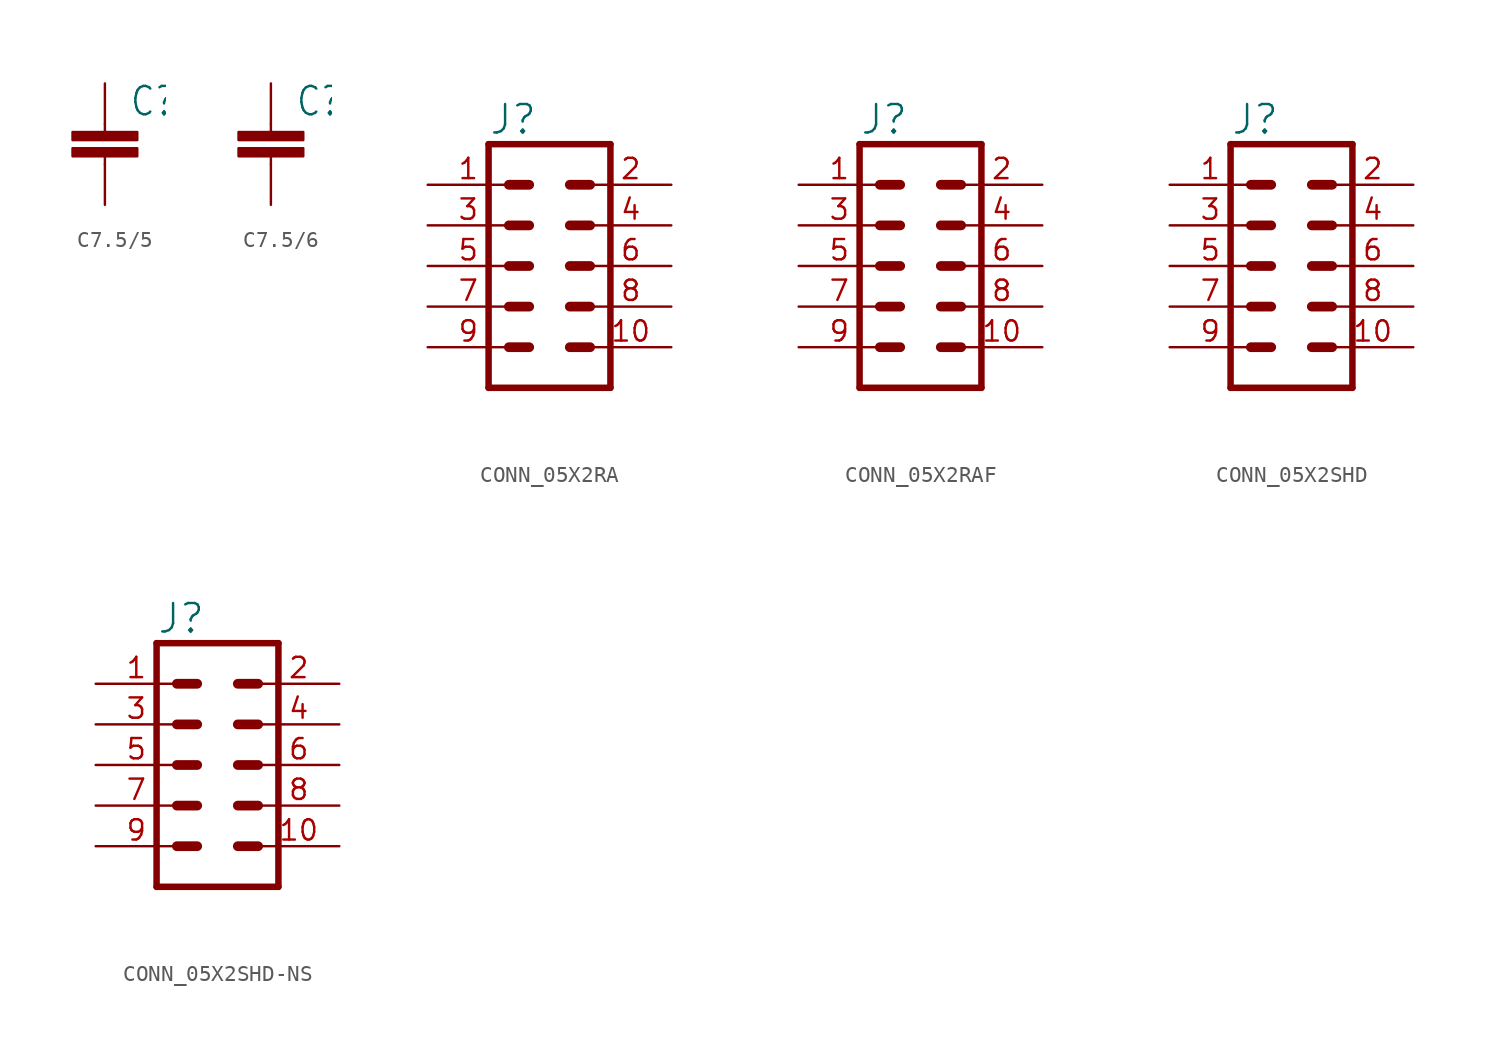
<source format=kicad_sym>
(kicad_symbol_lib
  (version 20220914)
  (generator kicad_symbol_editor)
  (symbol "C7.5/5"
    (property "Reference" "C"
      (at 1.524 0.381 0)
      (effects (font (size 1.778 1.511)) (justify left bottom)))
    (property "Value" ""
      (at 1.524 -4.699 0)
      (effects (font (size 1.778 1.511)) (justify left bottom)))
    (property "ki_locked" ""
      (at 0 0 0)
      (effects (font (size 1.27 1.27))))
    (symbol "C7.5/5_1_0"
      (rectangle (start -2.032 -2.032) (end 2.032 -1.524) (stroke (width 0) (type default)) (fill (type outline)))
      (rectangle (start -2.032 -1.016) (end 2.032 -0.508) (stroke (width 0) (type default)) (fill (type outline)))
      (polyline (pts (xy 0 -2.54) (xy 0 -2.032)) (stroke (width 0.152) (type solid)) (fill (type none)))
      (polyline (pts (xy 0 0) (xy 0 -0.508)) (stroke (width 0.152) (type solid)) (fill (type none)))
      (pin passive line (at 0 2.54 270) (length 2.54) (name "1" (effects (font (size 0 0)))) (number "1" (effects (font (size 0 0)))))
      (pin passive line (at 0 -5.08 90) (length 2.54) (name "2" (effects (font (size 0 0)))) (number "2" (effects (font (size 0 0)))))))
  (symbol "C7.5/6"
    (property "Reference" "C"
      (at 1.524 0.381 0)
      (effects (font (size 1.778 1.511)) (justify left bottom)))
    (property "Value" ""
      (at 1.524 -4.699 0)
      (effects (font (size 1.778 1.511)) (justify left bottom)))
    (property "ki_locked" ""
      (at 0 0 0)
      (effects (font (size 1.27 1.27))))
    (symbol "C7.5/6_1_0"
      (rectangle (start -2.032 -2.032) (end 2.032 -1.524) (stroke (width 0) (type default)) (fill (type outline)))
      (rectangle (start -2.032 -1.016) (end 2.032 -0.508) (stroke (width 0) (type default)) (fill (type outline)))
      (polyline (pts (xy 0 -2.54) (xy 0 -2.032)) (stroke (width 0.152) (type solid)) (fill (type none)))
      (polyline (pts (xy 0 0) (xy 0 -0.508)) (stroke (width 0.152) (type solid)) (fill (type none)))
      (pin passive line (at 0 2.54 270) (length 2.54) (name "1" (effects (font (size 0 0)))) (number "1" (effects (font (size 0 0)))))
      (pin passive line (at 0 -5.08 90) (length 2.54) (name "2" (effects (font (size 0 0)))) (number "2" (effects (font (size 0 0)))))))
  (symbol "CONN_05X2RA"
    (property "Reference" "J"
      (at -3.81 8.128 0)
      (effects (font (size 1.778 1.778)) (justify left bottom)))
    (property "Value" ""
      (at -3.81 -9.906 0)
      (effects (font (size 1.778 1.778)) (justify left bottom)))
    (property "ki_locked" ""
      (at 0 0 0)
      (effects (font (size 1.27 1.27))))
    (symbol "CONN_05X2RA_1_0"
      (polyline (pts (xy -3.81 7.62) (xy -3.81 -7.62)) (stroke (width 0.406) (type solid)) (fill (type none)))
      (polyline (pts (xy -3.81 7.62) (xy 3.81 7.62)) (stroke (width 0.406) (type solid)) (fill (type none)))
      (polyline (pts (xy -1.27 -5.08) (xy -2.54 -5.08)) (stroke (width 0.61) (type solid)) (fill (type none)))
      (polyline (pts (xy -1.27 -2.54) (xy -2.54 -2.54)) (stroke (width 0.61) (type solid)) (fill (type none)))
      (polyline (pts (xy -1.27 0) (xy -2.54 0)) (stroke (width 0.61) (type solid)) (fill (type none)))
      (polyline (pts (xy -1.27 2.54) (xy -2.54 2.54)) (stroke (width 0.61) (type solid)) (fill (type none)))
      (polyline (pts (xy -1.27 5.08) (xy -2.54 5.08)) (stroke (width 0.61) (type solid)) (fill (type none)))
      (polyline (pts (xy 1.27 -5.08) (xy 2.54 -5.08)) (stroke (width 0.61) (type solid)) (fill (type none)))
      (polyline (pts (xy 1.27 -2.54) (xy 2.54 -2.54)) (stroke (width 0.61) (type solid)) (fill (type none)))
      (polyline (pts (xy 1.27 0) (xy 2.54 0)) (stroke (width 0.61) (type solid)) (fill (type none)))
      (polyline (pts (xy 1.27 2.54) (xy 2.54 2.54)) (stroke (width 0.61) (type solid)) (fill (type none)))
      (polyline (pts (xy 1.27 5.08) (xy 2.54 5.08)) (stroke (width 0.61) (type solid)) (fill (type none)))
      (polyline (pts (xy 3.81 -7.62) (xy -3.81 -7.62)) (stroke (width 0.406) (type solid)) (fill (type none)))
      (polyline (pts (xy 3.81 -7.62) (xy 3.81 7.62)) (stroke (width 0.406) (type solid)) (fill (type none)))
      (pin passive line (at -7.62 5.08 0) (length 5.08) (name "1" (effects (font (size 0 0)))) (number "1" (effects (font (size 1.27 1.27)))))
      (pin passive line (at 7.62 -5.08 180) (length 5.08) (name "10" (effects (font (size 0 0)))) (number "10" (effects (font (size 1.27 1.27)))))
      (pin passive line (at 7.62 5.08 180) (length 5.08) (name "2" (effects (font (size 0 0)))) (number "2" (effects (font (size 1.27 1.27)))))
      (pin passive line (at -7.62 2.54 0) (length 5.08) (name "3" (effects (font (size 0 0)))) (number "3" (effects (font (size 1.27 1.27)))))
      (pin passive line (at 7.62 2.54 180) (length 5.08) (name "4" (effects (font (size 0 0)))) (number "4" (effects (font (size 1.27 1.27)))))
      (pin passive line (at -7.62 0 0) (length 5.08) (name "5" (effects (font (size 0 0)))) (number "5" (effects (font (size 1.27 1.27)))))
      (pin passive line (at 7.62 0 180) (length 5.08) (name "6" (effects (font (size 0 0)))) (number "6" (effects (font (size 1.27 1.27)))))
      (pin passive line (at -7.62 -2.54 0) (length 5.08) (name "7" (effects (font (size 0 0)))) (number "7" (effects (font (size 1.27 1.27)))))
      (pin passive line (at 7.62 -2.54 180) (length 5.08) (name "8" (effects (font (size 0 0)))) (number "8" (effects (font (size 1.27 1.27)))))
      (pin passive line (at -7.62 -5.08 0) (length 5.08) (name "9" (effects (font (size 0 0)))) (number "9" (effects (font (size 1.27 1.27)))))))
  (symbol "CONN_05X2RAF"
    (property "Reference" "J"
      (at -3.81 8.128 0)
      (effects (font (size 1.778 1.778)) (justify left bottom)))
    (property "Value" ""
      (at -3.81 -9.906 0)
      (effects (font (size 1.778 1.778)) (justify left bottom)))
    (property "ki_locked" ""
      (at 0 0 0)
      (effects (font (size 1.27 1.27))))
    (symbol "CONN_05X2RAF_1_0"
      (polyline (pts (xy -3.81 7.62) (xy -3.81 -7.62)) (stroke (width 0.406) (type solid)) (fill (type none)))
      (polyline (pts (xy -3.81 7.62) (xy 3.81 7.62)) (stroke (width 0.406) (type solid)) (fill (type none)))
      (polyline (pts (xy -1.27 -5.08) (xy -2.54 -5.08)) (stroke (width 0.61) (type solid)) (fill (type none)))
      (polyline (pts (xy -1.27 -2.54) (xy -2.54 -2.54)) (stroke (width 0.61) (type solid)) (fill (type none)))
      (polyline (pts (xy -1.27 0) (xy -2.54 0)) (stroke (width 0.61) (type solid)) (fill (type none)))
      (polyline (pts (xy -1.27 2.54) (xy -2.54 2.54)) (stroke (width 0.61) (type solid)) (fill (type none)))
      (polyline (pts (xy -1.27 5.08) (xy -2.54 5.08)) (stroke (width 0.61) (type solid)) (fill (type none)))
      (polyline (pts (xy 1.27 -5.08) (xy 2.54 -5.08)) (stroke (width 0.61) (type solid)) (fill (type none)))
      (polyline (pts (xy 1.27 -2.54) (xy 2.54 -2.54)) (stroke (width 0.61) (type solid)) (fill (type none)))
      (polyline (pts (xy 1.27 0) (xy 2.54 0)) (stroke (width 0.61) (type solid)) (fill (type none)))
      (polyline (pts (xy 1.27 2.54) (xy 2.54 2.54)) (stroke (width 0.61) (type solid)) (fill (type none)))
      (polyline (pts (xy 1.27 5.08) (xy 2.54 5.08)) (stroke (width 0.61) (type solid)) (fill (type none)))
      (polyline (pts (xy 3.81 -7.62) (xy -3.81 -7.62)) (stroke (width 0.406) (type solid)) (fill (type none)))
      (polyline (pts (xy 3.81 -7.62) (xy 3.81 7.62)) (stroke (width 0.406) (type solid)) (fill (type none)))
      (pin passive line (at -7.62 5.08 0) (length 5.08) (name "1" (effects (font (size 0 0)))) (number "1" (effects (font (size 1.27 1.27)))))
      (pin passive line (at 7.62 -5.08 180) (length 5.08) (name "10" (effects (font (size 0 0)))) (number "10" (effects (font (size 1.27 1.27)))))
      (pin passive line (at 7.62 5.08 180) (length 5.08) (name "2" (effects (font (size 0 0)))) (number "2" (effects (font (size 1.27 1.27)))))
      (pin passive line (at -7.62 2.54 0) (length 5.08) (name "3" (effects (font (size 0 0)))) (number "3" (effects (font (size 1.27 1.27)))))
      (pin passive line (at 7.62 2.54 180) (length 5.08) (name "4" (effects (font (size 0 0)))) (number "4" (effects (font (size 1.27 1.27)))))
      (pin passive line (at -7.62 0 0) (length 5.08) (name "5" (effects (font (size 0 0)))) (number "5" (effects (font (size 1.27 1.27)))))
      (pin passive line (at 7.62 0 180) (length 5.08) (name "6" (effects (font (size 0 0)))) (number "6" (effects (font (size 1.27 1.27)))))
      (pin passive line (at -7.62 -2.54 0) (length 5.08) (name "7" (effects (font (size 0 0)))) (number "7" (effects (font (size 1.27 1.27)))))
      (pin passive line (at 7.62 -2.54 180) (length 5.08) (name "8" (effects (font (size 0 0)))) (number "8" (effects (font (size 1.27 1.27)))))
      (pin passive line (at -7.62 -5.08 0) (length 5.08) (name "9" (effects (font (size 0 0)))) (number "9" (effects (font (size 1.27 1.27)))))))
  (symbol "CONN_05X2SHD"
    (property "Reference" "J"
      (at -3.81 8.128 0)
      (effects (font (size 1.778 1.778)) (justify left bottom)))
    (property "Value" ""
      (at -3.81 -9.906 0)
      (effects (font (size 1.778 1.778)) (justify left bottom)))
    (property "ki_locked" ""
      (at 0 0 0)
      (effects (font (size 1.27 1.27))))
    (symbol "CONN_05X2SHD_1_0"
      (polyline (pts (xy -3.81 7.62) (xy -3.81 -7.62)) (stroke (width 0.406) (type solid)) (fill (type none)))
      (polyline (pts (xy -3.81 7.62) (xy 3.81 7.62)) (stroke (width 0.406) (type solid)) (fill (type none)))
      (polyline (pts (xy -1.27 -5.08) (xy -2.54 -5.08)) (stroke (width 0.61) (type solid)) (fill (type none)))
      (polyline (pts (xy -1.27 -2.54) (xy -2.54 -2.54)) (stroke (width 0.61) (type solid)) (fill (type none)))
      (polyline (pts (xy -1.27 0) (xy -2.54 0)) (stroke (width 0.61) (type solid)) (fill (type none)))
      (polyline (pts (xy -1.27 2.54) (xy -2.54 2.54)) (stroke (width 0.61) (type solid)) (fill (type none)))
      (polyline (pts (xy -1.27 5.08) (xy -2.54 5.08)) (stroke (width 0.61) (type solid)) (fill (type none)))
      (polyline (pts (xy 1.27 -5.08) (xy 2.54 -5.08)) (stroke (width 0.61) (type solid)) (fill (type none)))
      (polyline (pts (xy 1.27 -2.54) (xy 2.54 -2.54)) (stroke (width 0.61) (type solid)) (fill (type none)))
      (polyline (pts (xy 1.27 0) (xy 2.54 0)) (stroke (width 0.61) (type solid)) (fill (type none)))
      (polyline (pts (xy 1.27 2.54) (xy 2.54 2.54)) (stroke (width 0.61) (type solid)) (fill (type none)))
      (polyline (pts (xy 1.27 5.08) (xy 2.54 5.08)) (stroke (width 0.61) (type solid)) (fill (type none)))
      (polyline (pts (xy 3.81 -7.62) (xy -3.81 -7.62)) (stroke (width 0.406) (type solid)) (fill (type none)))
      (polyline (pts (xy 3.81 -7.62) (xy 3.81 7.62)) (stroke (width 0.406) (type solid)) (fill (type none)))
      (pin passive line (at -7.62 5.08 0) (length 5.08) (name "1" (effects (font (size 0 0)))) (number "1" (effects (font (size 1.27 1.27)))))
      (pin passive line (at 7.62 -5.08 180) (length 5.08) (name "10" (effects (font (size 0 0)))) (number "10" (effects (font (size 1.27 1.27)))))
      (pin passive line (at 7.62 5.08 180) (length 5.08) (name "2" (effects (font (size 0 0)))) (number "2" (effects (font (size 1.27 1.27)))))
      (pin passive line (at -7.62 2.54 0) (length 5.08) (name "3" (effects (font (size 0 0)))) (number "3" (effects (font (size 1.27 1.27)))))
      (pin passive line (at 7.62 2.54 180) (length 5.08) (name "4" (effects (font (size 0 0)))) (number "4" (effects (font (size 1.27 1.27)))))
      (pin passive line (at -7.62 0 0) (length 5.08) (name "5" (effects (font (size 0 0)))) (number "5" (effects (font (size 1.27 1.27)))))
      (pin passive line (at 7.62 0 180) (length 5.08) (name "6" (effects (font (size 0 0)))) (number "6" (effects (font (size 1.27 1.27)))))
      (pin passive line (at -7.62 -2.54 0) (length 5.08) (name "7" (effects (font (size 0 0)))) (number "7" (effects (font (size 1.27 1.27)))))
      (pin passive line (at 7.62 -2.54 180) (length 5.08) (name "8" (effects (font (size 0 0)))) (number "8" (effects (font (size 1.27 1.27)))))
      (pin passive line (at -7.62 -5.08 0) (length 5.08) (name "9" (effects (font (size 0 0)))) (number "9" (effects (font (size 1.27 1.27)))))))
  (symbol "CONN_05X2SHD-NS"
    (property "Reference" "J"
      (at -3.81 8.128 0)
      (effects (font (size 1.778 1.778)) (justify left bottom)))
    (property "Value" ""
      (at -3.81 -9.906 0)
      (effects (font (size 1.778 1.778)) (justify left bottom)))
    (property "ki_locked" ""
      (at 0 0 0)
      (effects (font (size 1.27 1.27))))
    (symbol "CONN_05X2SHD-NS_1_0"
      (polyline (pts (xy -3.81 7.62) (xy -3.81 -7.62)) (stroke (width 0.406) (type solid)) (fill (type none)))
      (polyline (pts (xy -3.81 7.62) (xy 3.81 7.62)) (stroke (width 0.406) (type solid)) (fill (type none)))
      (polyline (pts (xy -1.27 -5.08) (xy -2.54 -5.08)) (stroke (width 0.61) (type solid)) (fill (type none)))
      (polyline (pts (xy -1.27 -2.54) (xy -2.54 -2.54)) (stroke (width 0.61) (type solid)) (fill (type none)))
      (polyline (pts (xy -1.27 0) (xy -2.54 0)) (stroke (width 0.61) (type solid)) (fill (type none)))
      (polyline (pts (xy -1.27 2.54) (xy -2.54 2.54)) (stroke (width 0.61) (type solid)) (fill (type none)))
      (polyline (pts (xy -1.27 5.08) (xy -2.54 5.08)) (stroke (width 0.61) (type solid)) (fill (type none)))
      (polyline (pts (xy 1.27 -5.08) (xy 2.54 -5.08)) (stroke (width 0.61) (type solid)) (fill (type none)))
      (polyline (pts (xy 1.27 -2.54) (xy 2.54 -2.54)) (stroke (width 0.61) (type solid)) (fill (type none)))
      (polyline (pts (xy 1.27 0) (xy 2.54 0)) (stroke (width 0.61) (type solid)) (fill (type none)))
      (polyline (pts (xy 1.27 2.54) (xy 2.54 2.54)) (stroke (width 0.61) (type solid)) (fill (type none)))
      (polyline (pts (xy 1.27 5.08) (xy 2.54 5.08)) (stroke (width 0.61) (type solid)) (fill (type none)))
      (polyline (pts (xy 3.81 -7.62) (xy -3.81 -7.62)) (stroke (width 0.406) (type solid)) (fill (type none)))
      (polyline (pts (xy 3.81 -7.62) (xy 3.81 7.62)) (stroke (width 0.406) (type solid)) (fill (type none)))
      (pin passive line (at -7.62 5.08 0) (length 5.08) (name "1" (effects (font (size 0 0)))) (number "1" (effects (font (size 1.27 1.27)))))
      (pin passive line (at 7.62 -5.08 180) (length 5.08) (name "10" (effects (font (size 0 0)))) (number "10" (effects (font (size 1.27 1.27)))))
      (pin passive line (at 7.62 5.08 180) (length 5.08) (name "2" (effects (font (size 0 0)))) (number "2" (effects (font (size 1.27 1.27)))))
      (pin passive line (at -7.62 2.54 0) (length 5.08) (name "3" (effects (font (size 0 0)))) (number "3" (effects (font (size 1.27 1.27)))))
      (pin passive line (at 7.62 2.54 180) (length 5.08) (name "4" (effects (font (size 0 0)))) (number "4" (effects (font (size 1.27 1.27)))))
      (pin passive line (at -7.62 0 0) (length 5.08) (name "5" (effects (font (size 0 0)))) (number "5" (effects (font (size 1.27 1.27)))))
      (pin passive line (at 7.62 0 180) (length 5.08) (name "6" (effects (font (size 0 0)))) (number "6" (effects (font (size 1.27 1.27)))))
      (pin passive line (at -7.62 -2.54 0) (length 5.08) (name "7" (effects (font (size 0 0)))) (number "7" (effects (font (size 1.27 1.27)))))
      (pin passive line (at 7.62 -2.54 180) (length 5.08) (name "8" (effects (font (size 0 0)))) (number "8" (effects (font (size 1.27 1.27)))))
      (pin passive line (at -7.62 -5.08 0) (length 5.08) (name "9" (effects (font (size 0 0)))) (number "9" (effects (font (size 1.27 1.27))))))))
</source>
